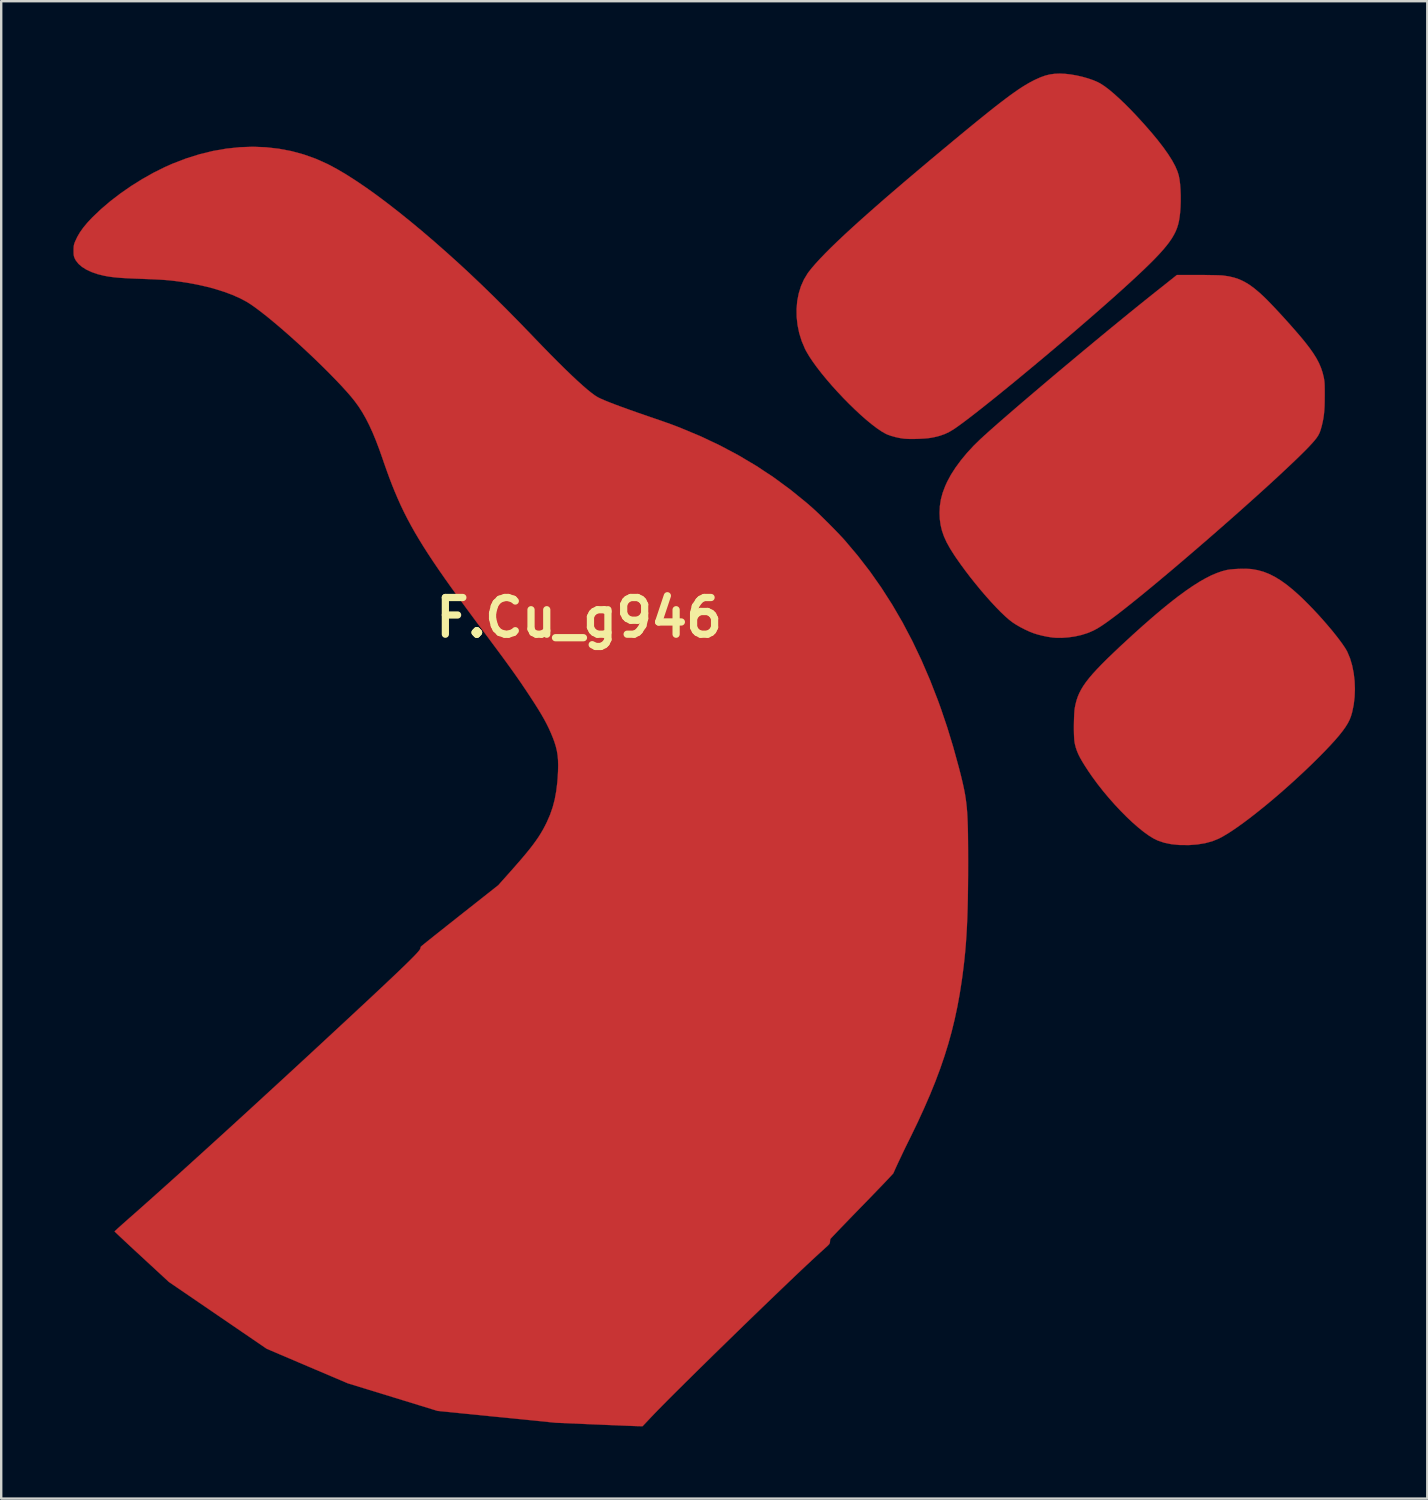
<source format=kicad_pcb>
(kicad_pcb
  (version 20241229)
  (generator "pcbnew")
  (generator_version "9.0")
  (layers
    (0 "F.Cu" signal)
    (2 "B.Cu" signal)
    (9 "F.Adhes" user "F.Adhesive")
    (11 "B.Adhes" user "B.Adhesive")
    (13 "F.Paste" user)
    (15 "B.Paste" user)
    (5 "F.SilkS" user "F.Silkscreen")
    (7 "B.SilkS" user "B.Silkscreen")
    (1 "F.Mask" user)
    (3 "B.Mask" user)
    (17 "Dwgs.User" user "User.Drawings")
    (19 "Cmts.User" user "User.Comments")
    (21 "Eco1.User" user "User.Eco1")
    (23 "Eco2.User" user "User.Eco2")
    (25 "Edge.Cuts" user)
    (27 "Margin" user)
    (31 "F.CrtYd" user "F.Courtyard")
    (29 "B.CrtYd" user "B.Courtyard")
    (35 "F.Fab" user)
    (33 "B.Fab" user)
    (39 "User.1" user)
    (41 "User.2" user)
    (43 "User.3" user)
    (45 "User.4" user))
  (footprint "F.Cu_g946"
    (layer "F.Cu")
    (at 20.991 22.59)
    (property "Reference" "F.Cu_g946" (at 0 0 0) (layer "F.SilkS") (effects (font (size 1.524 1.524) (thickness 0.3))))
    (attr through_hole)
    (fp_poly (pts (xy 27.707 -2.026) (xy 27.857 -2.019) (xy 27.931 -2.012) (xy 28.173 -1.969) (xy 28.412 -1.903) (xy 28.649 -1.81) (xy 28.888 -1.69) (xy 29.132 -1.54) (xy 29.384 -1.359) (xy 29.648 -1.144) (xy 29.926 -0.895) (xy 30.076 -0.751) (xy 30.278 -0.55) (xy 30.483 -0.339) (xy 30.686 -0.121) (xy 30.884 0.099) (xy 31.074 0.318) (xy 31.254 0.531) (xy 31.419 0.736) (xy 31.567 0.928) (xy 31.695 1.103) (xy 31.8 1.258) (xy 31.877 1.39) (xy 31.896 1.427) (xy 32.007 1.693) (xy 32.094 1.988) (xy 32.157 2.303) (xy 32.195 2.631) (xy 32.208 2.965) (xy 32.195 3.298) (xy 32.157 3.622) (xy 32.093 3.93) (xy 32.042 4.102) (xy 31.988 4.239) (xy 31.914 4.385) (xy 31.818 4.54) (xy 31.697 4.709) (xy 31.551 4.893) (xy 31.376 5.096) (xy 31.171 5.32) (xy 31.017 5.483) (xy 30.728 5.778) (xy 30.427 6.076) (xy 30.116 6.373) (xy 29.799 6.668) (xy 29.478 6.959) (xy 29.157 7.243) (xy 28.837 7.518) (xy 28.521 7.782) (xy 28.213 8.031) (xy 27.915 8.265) (xy 27.63 8.481) (xy 27.361 8.676) (xy 27.11 8.848) (xy 26.88 8.994) (xy 26.674 9.114) (xy 26.554 9.176) (xy 26.288 9.284) (xy 25.992 9.364) (xy 25.668 9.417) (xy 25.318 9.443) (xy 24.944 9.44) (xy 24.903 9.438) (xy 24.581 9.405) (xy 24.287 9.344) (xy 24.023 9.254) (xy 23.857 9.174) (xy 23.66 9.053) (xy 23.445 8.9) (xy 23.217 8.716) (xy 22.978 8.507) (xy 22.732 8.275) (xy 22.483 8.023) (xy 22.233 7.757) (xy 21.987 7.478) (xy 21.747 7.191) (xy 21.518 6.899) (xy 21.302 6.605) (xy 21.148 6.382) (xy 21.01 6.17) (xy 20.895 5.985) (xy 20.802 5.822) (xy 20.727 5.674) (xy 20.669 5.536) (xy 20.623 5.402) (xy 20.588 5.266) (xy 20.57 5.175) (xy 20.559 5.089) (xy 20.551 4.968) (xy 20.545 4.822) (xy 20.542 4.658) (xy 20.542 4.484) (xy 20.545 4.309) (xy 20.55 4.14) (xy 20.557 3.986) (xy 20.566 3.856) (xy 20.578 3.756) (xy 20.58 3.746) (xy 20.612 3.587) (xy 20.652 3.434) (xy 20.702 3.285) (xy 20.765 3.137) (xy 20.841 2.989) (xy 20.933 2.837) (xy 21.043 2.679) (xy 21.172 2.513) (xy 21.323 2.335) (xy 21.497 2.145) (xy 21.696 1.938) (xy 21.921 1.713) (xy 22.176 1.468) (xy 22.461 1.198) (xy 22.543 1.122) (xy 22.989 0.711) (xy 23.411 0.331) (xy 23.809 -0.017) (xy 24.183 -0.334) (xy 24.536 -0.621) (xy 24.867 -0.879) (xy 25.179 -1.108) (xy 25.472 -1.309) (xy 25.748 -1.484) (xy 26.007 -1.632) (xy 26.251 -1.755) (xy 26.48 -1.853) (xy 26.696 -1.927) (xy 26.9 -1.979) (xy 26.903 -1.979) (xy 27.03 -1.999) (xy 27.186 -2.013) (xy 27.359 -2.023) (xy 27.537 -2.028) (xy 27.707 -2.026)) (stroke (width 0.01) (type solid)) (fill yes) (layer "F.Cu"))
    (fp_poly (pts (xy 20.177 -22.575) (xy 20.413 -22.548) (xy 20.657 -22.506) (xy 20.901 -22.45) (xy 21.135 -22.383) (xy 21.352 -22.308) (xy 21.541 -22.226) (xy 21.647 -22.169) (xy 21.813 -22.061) (xy 22.001 -21.919) (xy 22.207 -21.746) (xy 22.431 -21.544) (xy 22.67 -21.316) (xy 22.922 -21.062) (xy 23.114 -20.86) (xy 23.453 -20.49) (xy 23.757 -20.143) (xy 24.025 -19.819) (xy 24.258 -19.517) (xy 24.456 -19.237) (xy 24.619 -18.98) (xy 24.747 -18.744) (xy 24.84 -18.53) (xy 24.892 -18.365) (xy 24.926 -18.196) (xy 24.951 -17.995) (xy 24.967 -17.769) (xy 24.976 -17.529) (xy 24.976 -17.282) (xy 24.968 -17.038) (xy 24.951 -16.805) (xy 24.925 -16.593) (xy 24.9 -16.449) (xy 24.867 -16.312) (xy 24.824 -16.176) (xy 24.769 -16.04) (xy 24.7 -15.902) (xy 24.617 -15.759) (xy 24.516 -15.61) (xy 24.397 -15.453) (xy 24.258 -15.285) (xy 24.097 -15.105) (xy 23.912 -14.91) (xy 23.702 -14.699) (xy 23.465 -14.468) (xy 23.199 -14.217) (xy 22.903 -13.943) (xy 22.7 -13.758) (xy 22.418 -13.503) (xy 22.118 -13.235) (xy 21.802 -12.956) (xy 21.473 -12.667) (xy 21.133 -12.371) (xy 20.784 -12.07) (xy 20.429 -11.765) (xy 20.069 -11.458) (xy 19.707 -11.152) (xy 19.344 -10.846) (xy 18.984 -10.545) (xy 18.628 -10.249) (xy 18.279 -9.96) (xy 17.939 -9.68) (xy 17.609 -9.412) (xy 17.293 -9.155) (xy 16.991 -8.914) (xy 16.708 -8.689) (xy 16.444 -8.482) (xy 16.202 -8.295) (xy 15.984 -8.13) (xy 15.793 -7.989) (xy 15.63 -7.873) (xy 15.57 -7.832) (xy 15.379 -7.716) (xy 15.185 -7.623) (xy 14.977 -7.549) (xy 14.745 -7.491) (xy 14.584 -7.461) (xy 14.469 -7.446) (xy 14.323 -7.434) (xy 14.159 -7.425) (xy 13.987 -7.419) (xy 13.818 -7.417) (xy 13.662 -7.419) (xy 13.532 -7.426) (xy 13.473 -7.431) (xy 13.3 -7.458) (xy 13.123 -7.497) (xy 12.956 -7.544) (xy 12.81 -7.596) (xy 12.732 -7.631) (xy 12.558 -7.73) (xy 12.364 -7.862) (xy 12.153 -8.022) (xy 11.929 -8.206) (xy 11.695 -8.411) (xy 11.455 -8.635) (xy 11.211 -8.872) (xy 10.968 -9.119) (xy 10.728 -9.374) (xy 10.495 -9.632) (xy 10.273 -9.89) (xy 10.064 -10.144) (xy 9.872 -10.392) (xy 9.701 -10.628) (xy 9.553 -10.85) (xy 9.433 -11.054) (xy 9.378 -11.159) (xy 9.242 -11.48) (xy 9.139 -11.81) (xy 9.07 -12.145) (xy 9.033 -12.482) (xy 9.029 -12.815) (xy 9.057 -13.142) (xy 9.118 -13.457) (xy 9.211 -13.758) (xy 9.336 -14.039) (xy 9.492 -14.297) (xy 9.536 -14.356) (xy 9.666 -14.52) (xy 9.824 -14.702) (xy 10.009 -14.904) (xy 10.223 -15.126) (xy 10.466 -15.369) (xy 10.738 -15.632) (xy 11.04 -15.916) (xy 11.372 -16.221) (xy 11.735 -16.549) (xy 12.128 -16.898) (xy 12.553 -17.271) (xy 13.01 -17.666) (xy 13.499 -18.085) (xy 14.022 -18.528) (xy 14.577 -18.996) (xy 15.122 -19.451) (xy 15.513 -19.776) (xy 15.874 -20.075) (xy 16.207 -20.349) (xy 16.513 -20.599) (xy 16.794 -20.827) (xy 17.052 -21.034) (xy 17.289 -21.221) (xy 17.506 -21.389) (xy 17.705 -21.541) (xy 17.887 -21.676) (xy 18.056 -21.797) (xy 18.211 -21.906) (xy 18.356 -22.002) (xy 18.492 -22.088) (xy 18.62 -22.164) (xy 18.743 -22.233) (xy 18.862 -22.296) (xy 18.934 -22.331) (xy 19.154 -22.43) (xy 19.355 -22.502) (xy 19.549 -22.55) (xy 19.748 -22.577) (xy 19.959 -22.585) (xy 20.177 -22.575)) (stroke (width 0.01) (type solid)) (fill yes) (layer "F.Cu"))
    (fp_poly (pts (xy 25.866 -14.223) (xy 26.057 -14.222) (xy 26.236 -14.219) (xy 26.398 -14.216) (xy 26.536 -14.212) (xy 26.646 -14.208) (xy 26.72 -14.203) (xy 26.729 -14.202) (xy 26.972 -14.167) (xy 27.198 -14.114) (xy 27.411 -14.041) (xy 27.617 -13.944) (xy 27.823 -13.821) (xy 28.032 -13.668) (xy 28.252 -13.484) (xy 28.446 -13.304) (xy 28.572 -13.179) (xy 28.72 -13.027) (xy 28.885 -12.854) (xy 29.061 -12.665) (xy 29.244 -12.466) (xy 29.427 -12.263) (xy 29.607 -12.061) (xy 29.777 -11.866) (xy 29.934 -11.684) (xy 30.071 -11.52) (xy 30.126 -11.451) (xy 30.317 -11.206) (xy 30.476 -10.981) (xy 30.608 -10.771) (xy 30.715 -10.569) (xy 30.8 -10.371) (xy 30.866 -10.172) (xy 30.907 -10.007) (xy 30.922 -9.937) (xy 30.933 -9.871) (xy 30.942 -9.803) (xy 30.948 -9.726) (xy 30.952 -9.633) (xy 30.954 -9.517) (xy 30.955 -9.371) (xy 30.955 -9.218) (xy 30.953 -8.978) (xy 30.948 -8.771) (xy 30.937 -8.591) (xy 30.921 -8.427) (xy 30.899 -8.272) (xy 30.869 -8.118) (xy 30.831 -7.957) (xy 30.826 -7.938) (xy 30.785 -7.793) (xy 30.74 -7.67) (xy 30.683 -7.559) (xy 30.61 -7.45) (xy 30.514 -7.331) (xy 30.432 -7.238) (xy 30.295 -7.091) (xy 30.126 -6.918) (xy 29.929 -6.723) (xy 29.705 -6.506) (xy 29.457 -6.271) (xy 29.187 -6.018) (xy 28.898 -5.749) (xy 28.59 -5.467) (xy 28.267 -5.174) (xy 27.93 -4.871) (xy 27.582 -4.559) (xy 27.225 -4.242) (xy 26.861 -3.921) (xy 26.491 -3.597) (xy 26.12 -3.273) (xy 25.747 -2.951) (xy 25.376 -2.632) (xy 25.009 -2.318) (xy 24.648 -2.011) (xy 24.294 -1.714) (xy 23.951 -1.427) (xy 23.62 -1.153) (xy 23.304 -0.894) (xy 23.004 -0.652) (xy 22.723 -0.428) (xy 22.463 -0.224) (xy 22.226 -0.043) (xy 22.193 -0.019) (xy 21.998 0.126) (xy 21.83 0.246) (xy 21.682 0.346) (xy 21.55 0.429) (xy 21.426 0.499) (xy 21.305 0.558) (xy 21.182 0.612) (xy 21.093 0.646) (xy 20.851 0.722) (xy 20.587 0.781) (xy 20.312 0.82) (xy 20.039 0.84) (xy 19.781 0.837) (xy 19.643 0.825) (xy 19.451 0.795) (xy 19.248 0.754) (xy 19.052 0.705) (xy 18.883 0.653) (xy 18.706 0.584) (xy 18.512 0.495) (xy 18.316 0.394) (xy 18.134 0.288) (xy 17.992 0.195) (xy 17.847 0.083) (xy 17.682 -0.062) (xy 17.501 -0.235) (xy 17.307 -0.433) (xy 17.102 -0.653) (xy 16.891 -0.89) (xy 16.675 -1.142) (xy 16.459 -1.405) (xy 16.244 -1.674) (xy 16.036 -1.947) (xy 15.835 -2.221) (xy 15.646 -2.49) (xy 15.579 -2.59) (xy 15.404 -2.866) (xy 15.261 -3.123) (xy 15.149 -3.368) (xy 15.066 -3.607) (xy 15.009 -3.845) (xy 14.976 -4.089) (xy 14.965 -4.344) (xy 14.965 -4.35) (xy 14.978 -4.632) (xy 15.02 -4.905) (xy 15.093 -5.178) (xy 15.199 -5.459) (xy 15.282 -5.641) (xy 15.438 -5.931) (xy 15.63 -6.23) (xy 15.854 -6.534) (xy 16.106 -6.838) (xy 16.383 -7.138) (xy 16.664 -7.412) (xy 16.834 -7.568) (xy 17.034 -7.748) (xy 17.263 -7.95) (xy 17.517 -8.174) (xy 17.795 -8.415) (xy 18.094 -8.673) (xy 18.412 -8.946) (xy 18.746 -9.231) (xy 19.093 -9.526) (xy 19.452 -9.83) (xy 19.82 -10.141) (xy 20.195 -10.455) (xy 20.574 -10.772) (xy 20.955 -11.09) (xy 21.336 -11.406) (xy 21.713 -11.718) (xy 22.085 -12.025) (xy 22.45 -12.323) (xy 22.804 -12.613) (xy 23.146 -12.89) (xy 23.473 -13.154) (xy 23.783 -13.402) (xy 23.961 -13.543) (xy 24.818 -14.224) (xy 25.671 -14.224) (xy 25.866 -14.223)) (stroke (width 0.01) (type solid)) (fill yes) (layer "F.Cu"))
    (fp_poly (pts (xy -12.997 -19.526) (xy -12.464 -19.465) (xy -11.94 -19.366) (xy -11.428 -19.226) (xy -10.928 -19.048) (xy -10.442 -18.83) (xy -10.393 -18.805) (xy -10.052 -18.622) (xy -9.686 -18.407) (xy -9.297 -18.159) (xy -8.886 -17.882) (xy -8.454 -17.575) (xy -8.004 -17.239) (xy -7.535 -16.875) (xy -7.049 -16.485) (xy -6.548 -16.07) (xy -6.033 -15.63) (xy -5.506 -15.166) (xy -5.059 -14.764) (xy -4.569 -14.312) (xy -4.069 -13.838) (xy -3.556 -13.34) (xy -3.026 -12.813) (xy -2.478 -12.257) (xy -1.909 -11.668) (xy -1.864 -11.62) (xy -1.51 -11.253) (xy -1.178 -10.913) (xy -0.867 -10.6) (xy -0.578 -10.315) (xy -0.312 -10.059) (xy -0.07 -9.832) (xy 0.148 -9.635) (xy 0.341 -9.468) (xy 0.51 -9.332) (xy 0.652 -9.227) (xy 0.768 -9.154) (xy 0.78 -9.147) (xy 0.897 -9.09) (xy 1.054 -9.021) (xy 1.251 -8.941) (xy 1.489 -8.849) (xy 1.766 -8.746) (xy 2.084 -8.631) (xy 2.443 -8.504) (xy 2.842 -8.366) (xy 2.921 -8.339) (xy 3.152 -8.26) (xy 3.348 -8.193) (xy 3.516 -8.134) (xy 3.662 -8.082) (xy 3.792 -8.036) (xy 3.911 -7.992) (xy 4.026 -7.948) (xy 4.143 -7.903) (xy 4.233 -7.867) (xy 5.057 -7.522) (xy 5.852 -7.145) (xy 6.619 -6.737) (xy 7.36 -6.297) (xy 8.074 -5.825) (xy 8.763 -5.319) (xy 9.428 -4.78) (xy 9.641 -4.595) (xy 9.762 -4.486) (xy 9.906 -4.352) (xy 10.065 -4.199) (xy 10.233 -4.033) (xy 10.405 -3.862) (xy 10.574 -3.691) (xy 10.733 -3.527) (xy 10.876 -3.376) (xy 10.997 -3.245) (xy 11.031 -3.207) (xy 11.564 -2.576) (xy 12.07 -1.922) (xy 12.548 -1.242) (xy 13.001 -0.534) (xy 13.429 0.202) (xy 13.832 0.968) (xy 14.212 1.766) (xy 14.57 2.597) (xy 14.907 3.464) (xy 15.024 3.789) (xy 15.284 4.559) (xy 15.53 5.366) (xy 15.761 6.206) (xy 15.812 6.402) (xy 15.865 6.613) (xy 15.912 6.81) (xy 15.954 6.994) (xy 15.991 7.171) (xy 16.023 7.343) (xy 16.05 7.515) (xy 16.073 7.69) (xy 16.093 7.872) (xy 16.109 8.065) (xy 16.121 8.273) (xy 16.131 8.499) (xy 16.139 8.747) (xy 16.144 9.021) (xy 16.147 9.325) (xy 16.149 9.662) (xy 16.15 10.036) (xy 16.15 10.181) (xy 16.149 10.706) (xy 16.145 11.193) (xy 16.139 11.645) (xy 16.129 12.067) (xy 16.116 12.463) (xy 16.1 12.836) (xy 16.08 13.191) (xy 16.057 13.532) (xy 16.029 13.863) (xy 15.997 14.187) (xy 15.96 14.509) (xy 15.919 14.833) (xy 15.885 15.081) (xy 15.8 15.626) (xy 15.703 16.155) (xy 15.592 16.675) (xy 15.467 17.187) (xy 15.326 17.697) (xy 15.167 18.209) (xy 14.99 18.726) (xy 14.792 19.253) (xy 14.573 19.794) (xy 14.33 20.353) (xy 14.064 20.934) (xy 13.771 21.541) (xy 13.634 21.817) (xy 13.572 21.943) (xy 13.501 22.089) (xy 13.425 22.248) (xy 13.348 22.411) (xy 13.271 22.573) (xy 13.2 22.726) (xy 13.137 22.863) (xy 13.086 22.977) (xy 13.05 23.06) (xy 13.048 23.066) (xy 13.03 23.088) (xy 12.985 23.137) (xy 12.915 23.213) (xy 12.822 23.312) (xy 12.708 23.432) (xy 12.575 23.572) (xy 12.425 23.727) (xy 12.261 23.897) (xy 12.085 24.08) (xy 11.898 24.272) (xy 11.737 24.437) (xy 11.544 24.636) (xy 11.359 24.826) (xy 11.185 25.006) (xy 11.024 25.173) (xy 10.877 25.325) (xy 10.748 25.46) (xy 10.638 25.575) (xy 10.549 25.669) (xy 10.483 25.739) (xy 10.443 25.783) (xy 10.431 25.798) (xy 10.421 25.843) (xy 10.416 25.905) (xy 10.415 25.912) (xy 10.408 25.965) (xy 10.383 26.011) (xy 10.332 26.065) (xy 10.324 26.073) (xy 10.276 26.117) (xy 10.205 26.181) (xy 10.119 26.26) (xy 10.026 26.344) (xy 9.991 26.375) (xy 9.833 26.52) (xy 9.649 26.691) (xy 9.441 26.885) (xy 9.212 27.101) (xy 8.964 27.336) (xy 8.699 27.589) (xy 8.419 27.857) (xy 8.126 28.138) (xy 7.822 28.43) (xy 7.51 28.731) (xy 7.192 29.038) (xy 6.869 29.351) (xy 6.545 29.666) (xy 6.221 29.982) (xy 5.899 30.296) (xy 5.581 30.606) (xy 5.271 30.911) (xy 4.969 31.207) (xy 4.678 31.494) (xy 4.401 31.768) (xy 4.138 32.029) (xy 3.893 32.273) (xy 3.668 32.498) (xy 3.465 32.703) (xy 3.285 32.886) (xy 3.132 33.044) (xy 3.007 33.175) (xy 2.995 33.187) (xy 2.635 33.57) (xy 2.477 33.567) (xy 2.43 33.566) (xy 2.345 33.563) (xy 2.225 33.559) (xy 2.073 33.553) (xy 1.894 33.546) (xy 1.691 33.538) (xy 1.467 33.528) (xy 1.227 33.519) (xy 0.973 33.508) (xy 0.71 33.497) (xy 0.677 33.496) (xy -0.963 33.426) (xy -3.418 33.18) (xy -5.874 32.934) (xy -7.736 32.361) (xy -9.599 31.789) (xy -11.283 31.073) (xy -12.966 30.356) (xy -14.998 28.968) (xy -17.029 27.58) (xy -18.156 26.539) (xy -18.34 26.369) (xy -18.515 26.207) (xy -18.678 26.056) (xy -18.827 25.917) (xy -18.959 25.793) (xy -19.072 25.687) (xy -19.163 25.601) (xy -19.23 25.537) (xy -19.271 25.497) (xy -19.283 25.483) (xy -19.267 25.466) (xy -19.224 25.425) (xy -19.155 25.361) (xy -19.065 25.28) (xy -18.957 25.183) (xy -18.834 25.074) (xy -18.701 24.956) (xy -18.685 24.942) (xy -18.335 24.634) (xy -17.957 24.298) (xy -17.551 23.936) (xy -17.119 23.549) (xy -16.662 23.139) (xy -16.184 22.706) (xy -15.684 22.253) (xy -15.164 21.781) (xy -14.627 21.292) (xy -14.073 20.786) (xy -13.505 20.266) (xy -12.924 19.732) (xy -12.331 19.187) (xy -11.728 18.631) (xy -11.117 18.067) (xy -10.5 17.495) (xy -9.877 16.917) (xy -9.25 16.335) (xy -9.155 16.246) (xy -8.805 15.92) (xy -8.485 15.621) (xy -8.195 15.349) (xy -7.933 15.102) (xy -7.697 14.879) (xy -7.488 14.68) (xy -7.304 14.503) (xy -7.143 14.347) (xy -7.006 14.212) (xy -6.89 14.095) (xy -6.795 13.997) (xy -6.719 13.915) (xy -6.663 13.85) (xy -6.623 13.8) (xy -6.6 13.763) (xy -6.593 13.745) (xy -6.579 13.692) (xy -6.566 13.658) (xy -6.547 13.642) (xy -6.498 13.601) (xy -6.42 13.537) (xy -6.316 13.453) (xy -6.187 13.35) (xy -6.037 13.23) (xy -5.867 13.095) (xy -5.68 12.947) (xy -5.479 12.787) (xy -5.264 12.617) (xy -5.04 12.44) (xy -4.953 12.371) (xy -3.355 11.11) (xy -2.861 10.556) (xy -2.625 10.288) (xy -2.416 10.048) (xy -2.232 9.83) (xy -2.069 9.631) (xy -1.927 9.448) (xy -1.801 9.276) (xy -1.689 9.114) (xy -1.589 8.956) (xy -1.498 8.8) (xy -1.413 8.641) (xy -1.332 8.477) (xy -1.332 8.477) (xy -1.202 8.177) (xy -1.096 7.87) (xy -1.012 7.55) (xy -0.949 7.209) (xy -0.904 6.84) (xy -0.89 6.668) (xy -0.874 6.386) (xy -0.868 6.138) (xy -0.874 5.916) (xy -0.892 5.713) (xy -0.924 5.521) (xy -0.97 5.333) (xy -1.031 5.141) (xy -1.094 4.974) (xy -1.173 4.783) (xy -1.255 4.6) (xy -1.345 4.417) (xy -1.445 4.229) (xy -1.559 4.03) (xy -1.69 3.813) (xy -1.841 3.573) (xy -1.952 3.402) (xy -2.068 3.224) (xy -2.18 3.055) (xy -2.289 2.893) (xy -2.397 2.732) (xy -2.508 2.572) (xy -2.623 2.407) (xy -2.745 2.234) (xy -2.876 2.052) (xy -3.019 1.855) (xy -3.175 1.641) (xy -3.348 1.407) (xy -3.539 1.15) (xy -3.75 0.865) (xy -3.985 0.55) (xy -4.001 0.529) (xy -4.364 0.041) (xy -4.702 -0.417) (xy -5.016 -0.847) (xy -5.308 -1.251) (xy -5.578 -1.631) (xy -5.828 -1.991) (xy -6.059 -2.331) (xy -6.273 -2.656) (xy -6.471 -2.965) (xy -6.654 -3.264) (xy -6.825 -3.552) (xy -6.983 -3.834) (xy -7.131 -4.11) (xy -7.27 -4.384) (xy -7.401 -4.658) (xy -7.525 -4.934) (xy -7.645 -5.215) (xy -7.761 -5.502) (xy -7.875 -5.798) (xy -7.987 -6.106) (xy -8.1 -6.427) (xy -8.148 -6.568) (xy -8.292 -6.977) (xy -8.433 -7.348) (xy -8.572 -7.685) (xy -8.712 -7.991) (xy -8.854 -8.27) (xy -9.001 -8.527) (xy -9.154 -8.765) (xy -9.316 -8.987) (xy -9.468 -9.176) (xy -9.657 -9.393) (xy -9.869 -9.625) (xy -10.1 -9.869) (xy -10.348 -10.123) (xy -10.609 -10.384) (xy -10.88 -10.648) (xy -11.158 -10.914) (xy -11.441 -11.179) (xy -11.725 -11.439) (xy -12.007 -11.692) (xy -12.285 -11.935) (xy -12.554 -12.166) (xy -12.812 -12.381) (xy -13.057 -12.578) (xy -13.284 -12.754) (xy -13.491 -12.907) (xy -13.675 -13.033) (xy -13.799 -13.111) (xy -14.07 -13.255) (xy -14.378 -13.392) (xy -14.718 -13.52) (xy -15.086 -13.637) (xy -15.478 -13.742) (xy -15.888 -13.833) (xy -16.312 -13.91) (xy -16.489 -13.936) (xy -16.643 -13.958) (xy -16.784 -13.976) (xy -16.918 -13.992) (xy -17.051 -14.005) (xy -17.189 -14.017) (xy -17.338 -14.027) (xy -17.504 -14.036) (xy -17.694 -14.045) (xy -17.912 -14.054) (xy -18.166 -14.064) (xy -18.214 -14.066) (xy -18.491 -14.076) (xy -18.732 -14.087) (xy -18.94 -14.099) (xy -19.121 -14.112) (xy -19.281 -14.127) (xy -19.424 -14.144) (xy -19.555 -14.163) (xy -19.68 -14.186) (xy -19.727 -14.195) (xy -19.997 -14.262) (xy -20.24 -14.347) (xy -20.454 -14.446) (xy -20.635 -14.56) (xy -20.781 -14.685) (xy -20.889 -14.822) (xy -20.929 -14.894) (xy -20.956 -14.956) (xy -20.973 -15.011) (xy -20.982 -15.072) (xy -20.985 -15.152) (xy -20.986 -15.24) (xy -20.984 -15.348) (xy -20.978 -15.429) (xy -20.965 -15.495) (xy -20.943 -15.563) (xy -20.924 -15.61) (xy -20.834 -15.803) (xy -20.723 -15.993) (xy -20.586 -16.186) (xy -20.421 -16.386) (xy -20.222 -16.599) (xy -20.198 -16.624) (xy -19.842 -16.962) (xy -19.452 -17.294) (xy -19.032 -17.615) (xy -18.589 -17.922) (xy -18.131 -18.208) (xy -17.663 -18.471) (xy -17.193 -18.705) (xy -16.88 -18.844) (xy -16.319 -19.06) (xy -15.758 -19.236) (xy -15.198 -19.373) (xy -14.64 -19.47) (xy -14.087 -19.528) (xy -13.539 -19.547) (xy -12.997 -19.526)) (stroke (width 0.01) (type solid)) (fill yes) (layer "F.Cu")))
  (gr_rect
    (start -3 -3)
    (end 56.204 59.165)
    (stroke (width 0.1) (type default))
    (fill no)
    (layer "Edge.Cuts")))
</source>
